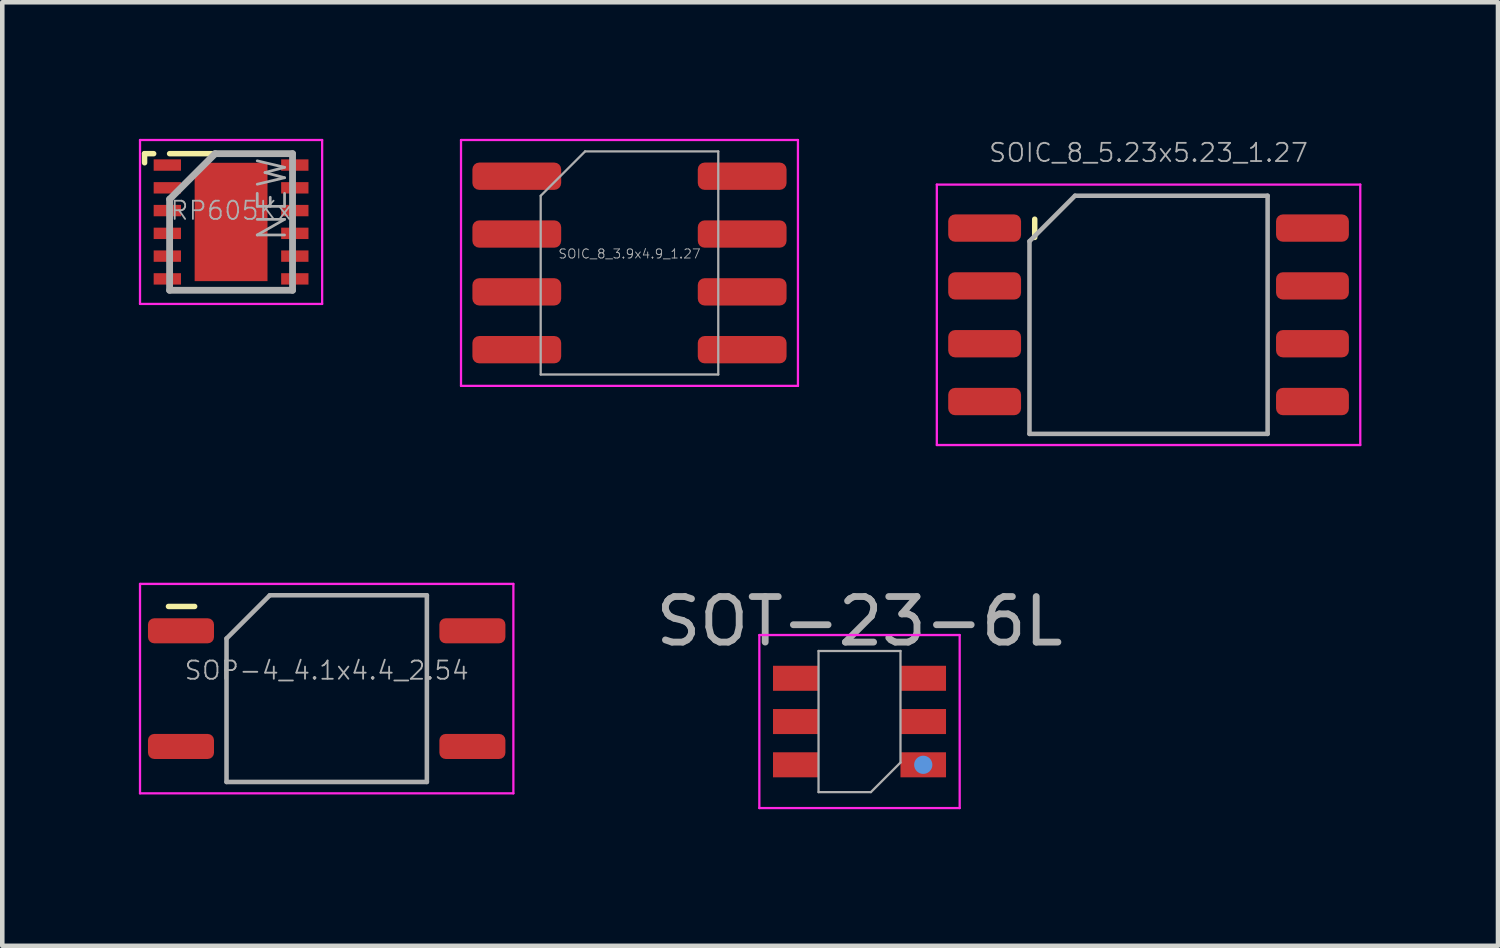
<source format=kicad_pcb>
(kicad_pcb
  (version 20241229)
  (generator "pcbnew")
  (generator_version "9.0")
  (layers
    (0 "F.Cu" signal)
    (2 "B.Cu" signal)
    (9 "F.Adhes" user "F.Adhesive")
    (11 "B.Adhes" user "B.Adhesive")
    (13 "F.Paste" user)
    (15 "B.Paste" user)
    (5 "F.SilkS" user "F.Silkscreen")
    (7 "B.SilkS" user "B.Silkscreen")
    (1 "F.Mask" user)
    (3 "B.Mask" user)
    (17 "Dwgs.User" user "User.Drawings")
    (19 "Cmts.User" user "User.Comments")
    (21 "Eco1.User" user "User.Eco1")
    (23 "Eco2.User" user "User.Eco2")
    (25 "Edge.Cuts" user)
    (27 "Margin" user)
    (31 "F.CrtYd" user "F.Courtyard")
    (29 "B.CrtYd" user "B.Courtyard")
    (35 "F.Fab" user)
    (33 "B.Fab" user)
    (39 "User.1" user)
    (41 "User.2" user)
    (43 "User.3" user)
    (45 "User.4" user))
  (footprint "SOT-23-6L"
    (layer "F.Cu")
    (at 15.827 12.797)
    (property "Reference" "SOT-23-6L" (at 0 -2.2 0) (layer "F.Fab") (effects (font (size 1 1) (thickness 0.15))))
    (attr smd)
    (fp_circle (center 1.4 0.95) (end 1.5 0.95) (stroke (width 0.2) (type solid)) (fill no) (layer "Cmts.User"))
    (fp_line (start -2.2 -1.9) (end -2.2 1.9) (stroke (width 0.05) (type solid)) (layer "F.CrtYd"))
    (fp_line (start -2.2 1.9) (end 2.2 1.9) (stroke (width 0.05) (type solid)) (layer "F.CrtYd"))
    (fp_line (start 2.2 -1.9) (end -2.2 -1.9) (stroke (width 0.05) (type solid)) (layer "F.CrtYd"))
    (fp_line (start 2.2 1.9) (end 2.2 -1.9) (stroke (width 0.05) (type solid)) (layer "F.CrtYd"))
    (fp_line (start -0.9 -1.55) (end 0.9 -1.55) (stroke (width 0.05) (type solid)) (layer "F.Fab"))
    (fp_line (start -0.9 1.55) (end -0.9 -1.55) (stroke (width 0.05) (type solid)) (layer "F.Fab"))
    (fp_line (start -0.9 1.55) (end 0.25 1.55) (stroke (width 0.05) (type solid)) (layer "F.Fab"))
    (fp_line (start 0.9 0.9) (end 0.25 1.55) (stroke (width 0.05) (type solid)) (layer "F.Fab"))
    (fp_line (start 0.9 0.9) (end 0.9 -1.55) (stroke (width 0.05) (type solid)) (layer "F.Fab"))
    (pad "1" smd rect (at 1.4 0.95) (size 1 0.55) (layers "F.Cu" "F.Mask" "F.Paste"))
    (pad "2" smd rect (at 1.4 0) (size 1 0.55) (layers "F.Cu" "F.Mask" "F.Paste"))
    (pad "3" smd rect (at 1.4 -0.95) (size 1 0.55) (layers "F.Cu" "F.Mask" "F.Paste"))
    (pad "4" smd rect (at -1.4 -0.95) (size 1 0.55) (layers "F.Cu" "F.Mask" "F.Paste"))
    (pad "5" smd rect (at -1.4 0) (size 1 0.55) (layers "F.Cu" "F.Mask" "F.Paste"))
    (pad "6" smd rect (at -1.4 0.95) (size 1 0.55) (layers "F.Cu" "F.Mask" "F.Paste")))
  (footprint "SOIC_8_3.9x4.9_1.27"
    (layer "F.Cu")
    (at 10.775 2.725)
    (property "Reference" "SOIC_8_3.9x4.9_1.27" (at 0 -0.2 0) (unlocked yes) (layer "F.Fab") (effects (font (size 0.2 0.2) (thickness 0.02))))
    (attr smd)
    (fp_line (start -3.7 -2.7) (end -3.7 2.7) (stroke (width 0.05) (type solid)) (layer "F.CrtYd"))
    (fp_line (start -3.7 2.7) (end 3.7 2.7) (stroke (width 0.05) (type solid)) (layer "F.CrtYd"))
    (fp_line (start 3.7 -2.7) (end -3.7 -2.7) (stroke (width 0.05) (type solid)) (layer "F.CrtYd"))
    (fp_line (start 3.7 2.7) (end 3.7 -2.7) (stroke (width 0.05) (type solid)) (layer "F.CrtYd"))
    (fp_line (start -1.95 -1.475) (end -0.975 -2.45) (stroke (width 0.05) (type solid)) (layer "F.Fab"))
    (fp_line (start -1.95 2.45) (end -1.95 -1.475) (stroke (width 0.05) (type solid)) (layer "F.Fab"))
    (fp_line (start -0.975 -2.45) (end 1.95 -2.45) (stroke (width 0.05) (type solid)) (layer "F.Fab"))
    (fp_line (start 1.95 -2.45) (end 1.95 2.45) (stroke (width 0.05) (type solid)) (layer "F.Fab"))
    (fp_line (start 1.95 2.45) (end -1.95 2.45) (stroke (width 0.05) (type solid)) (layer "F.Fab"))
    (pad "1" smd roundrect (at -2.475 -1.905) (size 1.95 0.6) (layers "F.Cu" "F.Mask" "F.Paste") (roundrect_rratio 0.25))
    (pad "2" smd roundrect (at -2.475 -0.635) (size 1.95 0.6) (layers "F.Cu" "F.Mask" "F.Paste") (roundrect_rratio 0.25))
    (pad "3" smd roundrect (at -2.475 0.635) (size 1.95 0.6) (layers "F.Cu" "F.Mask" "F.Paste") (roundrect_rratio 0.25))
    (pad "4" smd roundrect (at -2.475 1.905) (size 1.95 0.6) (layers "F.Cu" "F.Mask" "F.Paste") (roundrect_rratio 0.25))
    (pad "5" smd roundrect (at 2.475 1.905) (size 1.95 0.6) (layers "F.Cu" "F.Mask" "F.Paste") (roundrect_rratio 0.25))
    (pad "6" smd roundrect (at 2.475 0.635) (size 1.95 0.6) (layers "F.Cu" "F.Mask" "F.Paste") (roundrect_rratio 0.25))
    (pad "7" smd roundrect (at 2.475 -0.635) (size 1.95 0.6) (layers "F.Cu" "F.Mask" "F.Paste") (roundrect_rratio 0.25))
    (pad "8" smd roundrect (at 2.475 -1.905) (size 1.95 0.6) (layers "F.Cu" "F.Mask" "F.Paste") (roundrect_rratio 0.25)))
  (footprint "RP605Kx"
    (layer "F.Cu")
    (at 2.025 1.825)
    (property "Reference" "RP605Kx" (at 0 -0.25 180) (layer "F.Fab") (effects (font (size 0.4 0.4) (thickness 0.04))))
    (attr smd)
    (fp_line (start -1.9 -1.5) (end -1.9 -1.3) (stroke (width 0.12) (type default)) (layer "F.SilkS"))
    (fp_line (start -1.9 -1.5) (end -1.7 -1.5) (stroke (width 0.12) (type default)) (layer "F.SilkS"))
    (fp_line (start -1.35 -1.5) (end 0 -1.5) (stroke (width 0.12) (type default)) (layer "F.SilkS"))
    (fp_line (start -1.35 1.5) (end 0 1.5) (stroke (width 0.12) (type default)) (layer "F.SilkS"))
    (fp_line (start 1.35 -1.5) (end 0 -1.5) (stroke (width 0.12) (type default)) (layer "F.SilkS"))
    (fp_line (start 1.35 1.5) (end 0 1.5) (stroke (width 0.12) (type default)) (layer "F.SilkS"))
    (fp_line (start -2 -1.8) (end -2 1.8) (stroke (width 0.05) (type solid)) (layer "F.CrtYd"))
    (fp_line (start -2 -1.8) (end 2 -1.8) (stroke (width 0.05) (type solid)) (layer "F.CrtYd"))
    (fp_line (start -2 1.8) (end 2 1.8) (stroke (width 0.05) (type solid)) (layer "F.CrtYd"))
    (fp_line (start 2 -1.8) (end 2 1.8) (stroke (width 0.05) (type solid)) (layer "F.CrtYd"))
    (fp_line (start -1.35 -0.5) (end -0.35 -1.5) (stroke (width 0.15) (type solid)) (layer "F.Fab"))
    (fp_line (start -1.35 1.5) (end -1.35 -0.5) (stroke (width 0.15) (type solid)) (layer "F.Fab"))
    (fp_line (start -0.35 -1.5) (end 1.35 -1.5) (stroke (width 0.15) (type solid)) (layer "F.Fab"))
    (fp_line (start 1.35 -1.5) (end 1.35 1.5) (stroke (width 0.15) (type solid)) (layer "F.Fab"))
    (fp_line (start 1.35 1.5) (end -1.35 1.5) (stroke (width 0.15) (type solid)) (layer "F.Fab"))
    (fp_text user "NEW" (at 0.9 -0.5 90) (layer "F.Fab") (effects (font (size 0.6 0.6) (thickness 0.06))))
    (pad "" smd roundrect (at -0.4 -0.6) (size 0.6 1) (layers "F.Paste") (roundrect_rratio 0.25) (chamfer_ratio 0.4) (chamfer top_left))
    (pad "" smd roundrect (at -0.4 0.6) (size 0.6 1) (layers "F.Paste") (roundrect_rratio 0.25))
    (pad "" smd roundrect (at 0.4 -0.6) (size 0.6 1) (layers "F.Paste") (roundrect_rratio 0.25))
    (pad "" smd roundrect (at 0.4 0.6) (size 0.6 1) (layers "F.Paste") (roundrect_rratio 0.25))
    (pad "1" smd rect (at -1.4 -1.25) (size 0.6 0.25) (layers "F.Cu" "F.Mask" "F.Paste"))
    (pad "2" smd rect (at -1.4 -0.75) (size 0.6 0.25) (layers "F.Cu" "F.Mask" "F.Paste"))
    (pad "3" smd rect (at -1.4 -0.25) (size 0.6 0.25) (layers "F.Cu" "F.Mask" "F.Paste"))
    (pad "4" smd rect (at -1.4 0.25) (size 0.6 0.25) (layers "F.Cu" "F.Mask" "F.Paste"))
    (pad "5" smd rect (at -1.4 0.75) (size 0.6 0.25) (layers "F.Cu" "F.Mask" "F.Paste"))
    (pad "6" smd rect (at -1.4 1.25) (size 0.6 0.25) (layers "F.Cu" "F.Mask" "F.Paste"))
    (pad "7" smd rect (at 1.4 1.25) (size 0.6 0.25) (layers "F.Cu" "F.Mask" "F.Paste"))
    (pad "8" smd rect (at 1.4 0.75) (size 0.6 0.25) (layers "F.Cu" "F.Mask" "F.Paste"))
    (pad "9" smd rect (at 1.4 0.25) (size 0.6 0.25) (layers "F.Cu" "F.Mask" "F.Paste"))
    (pad "10" smd roundrect (at 0 0) (size 1.6 2.6) (layers "F.Cu" "F.Mask") (roundrect_rratio 0) (chamfer_ratio 0.2) (chamfer top_left))
    (pad "10" smd rect (at 1.4 -0.25) (size 0.6 0.25) (layers "F.Cu" "F.Mask" "F.Paste"))
    (pad "11" smd rect (at 1.4 -0.75) (size 0.6 0.25) (layers "F.Cu" "F.Mask" "F.Paste"))
    (pad "12" smd rect (at 1.4 -1.25) (size 0.6 0.25) (layers "F.Cu" "F.Mask" "F.Paste")))
  (footprint "SOP-4_4.1x4.4_2.54"
    (layer "F.Cu")
    (at 4.125 12.074)
    (property "Reference" "SOP-4_4.1x4.4_2.54" (at 0 -0.4 0) (layer "F.Fab") (effects (font (size 0.4 0.4) (thickness 0.04))))
    (attr smd)
    (fp_line (start -2.9 -1.805) (end -3.475 -1.805) (stroke (width 0.12) (type solid)) (layer "F.SilkS"))
    (fp_line (start -4.1 -2.3) (end -4.1 2.3) (stroke (width 0.05) (type solid)) (layer "F.CrtYd"))
    (fp_line (start -4.1 2.3) (end 4.1 2.3) (stroke (width 0.05) (type solid)) (layer "F.CrtYd"))
    (fp_line (start 4.1 -2.3) (end -4.1 -2.3) (stroke (width 0.05) (type solid)) (layer "F.CrtYd"))
    (fp_line (start 4.1 2.3) (end 4.1 -2.3) (stroke (width 0.05) (type solid)) (layer "F.CrtYd"))
    (fp_line (start -2.2 -1.1) (end -1.25 -2.05) (stroke (width 0.1) (type solid)) (layer "F.Fab"))
    (fp_line (start -2.2 2.05) (end -2.2 -1.1) (stroke (width 0.1) (type solid)) (layer "F.Fab"))
    (fp_line (start -1.25 -2.05) (end 2.2 -2.05) (stroke (width 0.1) (type solid)) (layer "F.Fab"))
    (fp_line (start 2.2 -2.05) (end 2.2 2.05) (stroke (width 0.1) (type solid)) (layer "F.Fab"))
    (fp_line (start 2.2 2.05) (end -2.2 2.05) (stroke (width 0.1) (type solid)) (layer "F.Fab"))
    (pad "1" smd roundrect (at -3.2 -1.27) (size 1.45 0.55) (layers "F.Cu" "F.Mask" "F.Paste") (roundrect_rratio 0.25))
    (pad "2" smd roundrect (at -3.2 1.27) (size 1.45 0.55) (layers "F.Cu" "F.Mask" "F.Paste") (roundrect_rratio 0.25))
    (pad "3" smd roundrect (at 3.2 1.27) (size 1.45 0.55) (layers "F.Cu" "F.Mask" "F.Paste") (roundrect_rratio 0.25))
    (pad "4" smd roundrect (at 3.2 -1.27) (size 1.45 0.55) (layers "F.Cu" "F.Mask" "F.Paste") (roundrect_rratio 0.25)))
  (footprint "SOIC_8_5.23x5.23_1.27"
    (layer "F.Cu")
    (at 22.175 3.864)
    (property "Reference" "SOIC_8_5.23x5.23_1.27" (at 0 -3.56 0) (layer "F.Fab") (effects (font (size 0.4 0.4) (thickness 0.04))))
    (attr smd)
    (fp_line (start -2.5 -2.1) (end -2.5 -1.7) (stroke (width 0.12) (type solid)) (layer "F.SilkS"))
    (fp_line (start -4.65 -2.86) (end -4.65 2.86) (stroke (width 0.05) (type solid)) (layer "F.CrtYd"))
    (fp_line (start -4.65 2.86) (end 4.65 2.86) (stroke (width 0.05) (type solid)) (layer "F.CrtYd"))
    (fp_line (start 4.65 -2.86) (end -4.65 -2.86) (stroke (width 0.05) (type solid)) (layer "F.CrtYd"))
    (fp_line (start 4.65 2.86) (end 4.65 -2.86) (stroke (width 0.05) (type solid)) (layer "F.CrtYd"))
    (fp_line (start -2.615 -1.615) (end -1.615 -2.615) (stroke (width 0.1) (type solid)) (layer "F.Fab"))
    (fp_line (start -2.615 2.615) (end -2.615 -1.615) (stroke (width 0.1) (type solid)) (layer "F.Fab"))
    (fp_line (start -1.615 -2.615) (end 2.615 -2.615) (stroke (width 0.1) (type solid)) (layer "F.Fab"))
    (fp_line (start 2.615 -2.615) (end 2.615 2.615) (stroke (width 0.1) (type solid)) (layer "F.Fab"))
    (fp_line (start 2.615 2.615) (end -2.615 2.615) (stroke (width 0.1) (type solid)) (layer "F.Fab"))
    (pad "1" smd roundrect (at -3.6 -1.905) (size 1.6 0.6) (layers "F.Cu" "F.Mask" "F.Paste") (roundrect_rratio 0.25))
    (pad "2" smd roundrect (at -3.6 -0.635) (size 1.6 0.6) (layers "F.Cu" "F.Mask" "F.Paste") (roundrect_rratio 0.25))
    (pad "3" smd roundrect (at -3.6 0.635) (size 1.6 0.6) (layers "F.Cu" "F.Mask" "F.Paste") (roundrect_rratio 0.25))
    (pad "4" smd roundrect (at -3.6 1.905) (size 1.6 0.6) (layers "F.Cu" "F.Mask" "F.Paste") (roundrect_rratio 0.25))
    (pad "5" smd roundrect (at 3.6 1.905) (size 1.6 0.6) (layers "F.Cu" "F.Mask" "F.Paste") (roundrect_rratio 0.25))
    (pad "6" smd roundrect (at 3.6 0.635) (size 1.6 0.6) (layers "F.Cu" "F.Mask" "F.Paste") (roundrect_rratio 0.25))
    (pad "7" smd roundrect (at 3.6 -0.635) (size 1.6 0.6) (layers "F.Cu" "F.Mask" "F.Paste") (roundrect_rratio 0.25))
    (pad "8" smd roundrect (at 3.6 -1.905) (size 1.6 0.6) (layers "F.Cu" "F.Mask" "F.Paste") (roundrect_rratio 0.25)))
  (gr_rect
    (start -3 -3)
    (end 29.85 17.722)
    (stroke (width 0.1) (type default))
    (fill no)
    (layer "Edge.Cuts")))
</source>
